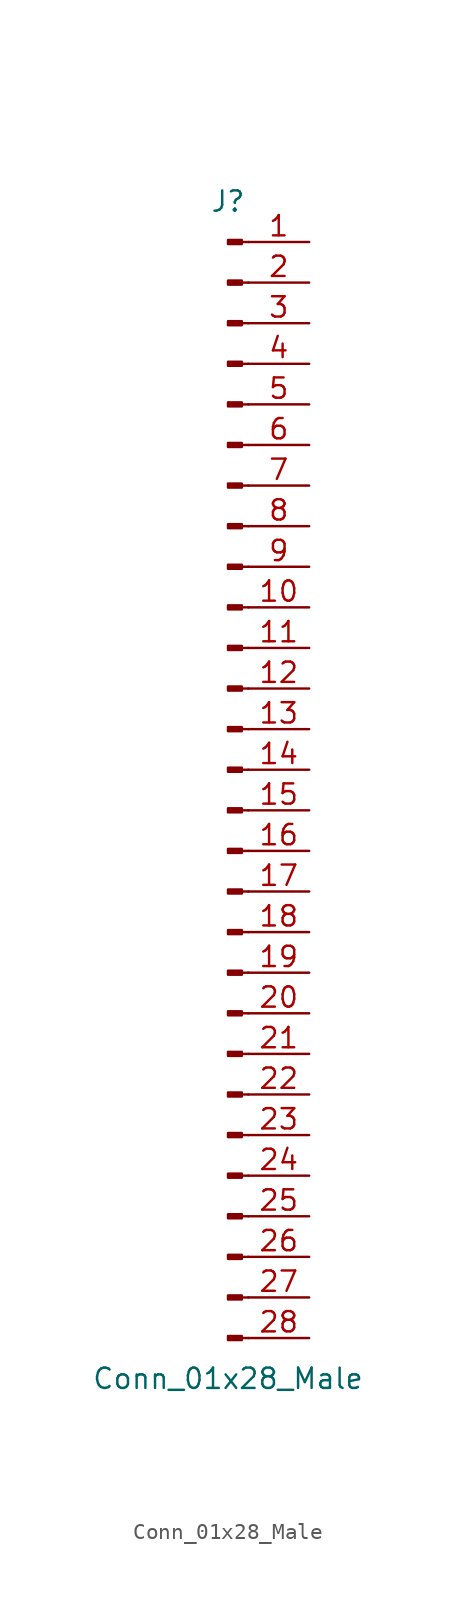
<source format=kicad_sym>
(kicad_symbol_lib
  (version 20220914)
  (generator kicad_symbol_editor)
  (symbol "Conn_01x28_Male"
    (pin_names
      (offset 1.016) hide)
    (property "Reference" "J"
      (at 0 35.56 0)
      (effects (font (size 1.27 1.27))))
    (property "Value" "Conn_01x28_Male"
      (at 0 -38.1 0)
      (effects (font (size 1.27 1.27))))
    (symbol "Conn_01x28_Male_1_1"
      (polyline (pts (xy 1.27 -35.56) (xy 0.864 -35.56)) (stroke (width 0.152) (type solid)) (fill (type none)))
      (polyline (pts (xy 1.27 -33.02) (xy 0.864 -33.02)) (stroke (width 0.152) (type solid)) (fill (type none)))
      (polyline (pts (xy 1.27 -30.48) (xy 0.864 -30.48)) (stroke (width 0.152) (type solid)) (fill (type none)))
      (polyline (pts (xy 1.27 -27.94) (xy 0.864 -27.94)) (stroke (width 0.152) (type solid)) (fill (type none)))
      (polyline (pts (xy 1.27 -25.4) (xy 0.864 -25.4)) (stroke (width 0.152) (type solid)) (fill (type none)))
      (polyline (pts (xy 1.27 -22.86) (xy 0.864 -22.86)) (stroke (width 0.152) (type solid)) (fill (type none)))
      (polyline (pts (xy 1.27 -20.32) (xy 0.864 -20.32)) (stroke (width 0.152) (type solid)) (fill (type none)))
      (polyline (pts (xy 1.27 -17.78) (xy 0.864 -17.78)) (stroke (width 0.152) (type solid)) (fill (type none)))
      (polyline (pts (xy 1.27 -15.24) (xy 0.864 -15.24)) (stroke (width 0.152) (type solid)) (fill (type none)))
      (polyline (pts (xy 1.27 -12.7) (xy 0.864 -12.7)) (stroke (width 0.152) (type solid)) (fill (type none)))
      (polyline (pts (xy 1.27 -10.16) (xy 0.864 -10.16)) (stroke (width 0.152) (type solid)) (fill (type none)))
      (polyline (pts (xy 1.27 -7.62) (xy 0.864 -7.62)) (stroke (width 0.152) (type solid)) (fill (type none)))
      (polyline (pts (xy 1.27 -5.08) (xy 0.864 -5.08)) (stroke (width 0.152) (type solid)) (fill (type none)))
      (polyline (pts (xy 1.27 -2.54) (xy 0.864 -2.54)) (stroke (width 0.152) (type solid)) (fill (type none)))
      (polyline (pts (xy 1.27 0) (xy 0.864 0)) (stroke (width 0.152) (type solid)) (fill (type none)))
      (polyline (pts (xy 1.27 2.54) (xy 0.864 2.54)) (stroke (width 0.152) (type solid)) (fill (type none)))
      (polyline (pts (xy 1.27 5.08) (xy 0.864 5.08)) (stroke (width 0.152) (type solid)) (fill (type none)))
      (polyline (pts (xy 1.27 7.62) (xy 0.864 7.62)) (stroke (width 0.152) (type solid)) (fill (type none)))
      (polyline (pts (xy 1.27 10.16) (xy 0.864 10.16)) (stroke (width 0.152) (type solid)) (fill (type none)))
      (polyline (pts (xy 1.27 12.7) (xy 0.864 12.7)) (stroke (width 0.152) (type solid)) (fill (type none)))
      (polyline (pts (xy 1.27 15.24) (xy 0.864 15.24)) (stroke (width 0.152) (type solid)) (fill (type none)))
      (polyline (pts (xy 1.27 17.78) (xy 0.864 17.78)) (stroke (width 0.152) (type solid)) (fill (type none)))
      (polyline (pts (xy 1.27 20.32) (xy 0.864 20.32)) (stroke (width 0.152) (type solid)) (fill (type none)))
      (polyline (pts (xy 1.27 22.86) (xy 0.864 22.86)) (stroke (width 0.152) (type solid)) (fill (type none)))
      (polyline (pts (xy 1.27 25.4) (xy 0.864 25.4)) (stroke (width 0.152) (type solid)) (fill (type none)))
      (polyline (pts (xy 1.27 27.94) (xy 0.864 27.94)) (stroke (width 0.152) (type solid)) (fill (type none)))
      (polyline (pts (xy 1.27 30.48) (xy 0.864 30.48)) (stroke (width 0.152) (type solid)) (fill (type none)))
      (polyline (pts (xy 1.27 33.02) (xy 0.864 33.02)) (stroke (width 0.152) (type solid)) (fill (type none)))
      (rectangle (start 0.864 -35.433) (end 0 -35.687) (stroke (width 0.152) (type solid)) (fill (type outline)))
      (rectangle (start 0.864 -32.893) (end 0 -33.147) (stroke (width 0.152) (type solid)) (fill (type outline)))
      (rectangle (start 0.864 -30.353) (end 0 -30.607) (stroke (width 0.152) (type solid)) (fill (type outline)))
      (rectangle (start 0.864 -27.813) (end 0 -28.067) (stroke (width 0.152) (type solid)) (fill (type outline)))
      (rectangle (start 0.864 -25.273) (end 0 -25.527) (stroke (width 0.152) (type solid)) (fill (type outline)))
      (rectangle (start 0.864 -22.733) (end 0 -22.987) (stroke (width 0.152) (type solid)) (fill (type outline)))
      (rectangle (start 0.864 -20.193) (end 0 -20.447) (stroke (width 0.152) (type solid)) (fill (type outline)))
      (rectangle (start 0.864 -17.653) (end 0 -17.907) (stroke (width 0.152) (type solid)) (fill (type outline)))
      (rectangle (start 0.864 -15.113) (end 0 -15.367) (stroke (width 0.152) (type solid)) (fill (type outline)))
      (rectangle (start 0.864 -12.573) (end 0 -12.827) (stroke (width 0.152) (type solid)) (fill (type outline)))
      (rectangle (start 0.864 -10.033) (end 0 -10.287) (stroke (width 0.152) (type solid)) (fill (type outline)))
      (rectangle (start 0.864 -7.493) (end 0 -7.747) (stroke (width 0.152) (type solid)) (fill (type outline)))
      (rectangle (start 0.864 -4.953) (end 0 -5.207) (stroke (width 0.152) (type solid)) (fill (type outline)))
      (rectangle (start 0.864 -2.413) (end 0 -2.667) (stroke (width 0.152) (type solid)) (fill (type outline)))
      (rectangle (start 0.864 0.127) (end 0 -0.127) (stroke (width 0.152) (type solid)) (fill (type outline)))
      (rectangle (start 0.864 2.667) (end 0 2.413) (stroke (width 0.152) (type solid)) (fill (type outline)))
      (rectangle (start 0.864 5.207) (end 0 4.953) (stroke (width 0.152) (type solid)) (fill (type outline)))
      (rectangle (start 0.864 7.747) (end 0 7.493) (stroke (width 0.152) (type solid)) (fill (type outline)))
      (rectangle (start 0.864 10.287) (end 0 10.033) (stroke (width 0.152) (type solid)) (fill (type outline)))
      (rectangle (start 0.864 12.827) (end 0 12.573) (stroke (width 0.152) (type solid)) (fill (type outline)))
      (rectangle (start 0.864 15.367) (end 0 15.113) (stroke (width 0.152) (type solid)) (fill (type outline)))
      (rectangle (start 0.864 17.907) (end 0 17.653) (stroke (width 0.152) (type solid)) (fill (type outline)))
      (rectangle (start 0.864 20.447) (end 0 20.193) (stroke (width 0.152) (type solid)) (fill (type outline)))
      (rectangle (start 0.864 22.987) (end 0 22.733) (stroke (width 0.152) (type solid)) (fill (type outline)))
      (rectangle (start 0.864 25.527) (end 0 25.273) (stroke (width 0.152) (type solid)) (fill (type outline)))
      (rectangle (start 0.864 28.067) (end 0 27.813) (stroke (width 0.152) (type solid)) (fill (type outline)))
      (rectangle (start 0.864 30.607) (end 0 30.353) (stroke (width 0.152) (type solid)) (fill (type outline)))
      (rectangle (start 0.864 33.147) (end 0 32.893) (stroke (width 0.152) (type solid)) (fill (type outline)))
      (pin passive line (at 5.08 33.02 180) (length 3.81) (name "Pin_1" (effects (font (size 1.27 1.27)))) (number "1" (effects (font (size 1.27 1.27)))))
      (pin passive line (at 5.08 10.16 180) (length 3.81) (name "Pin_10" (effects (font (size 1.27 1.27)))) (number "10" (effects (font (size 1.27 1.27)))))
      (pin passive line (at 5.08 7.62 180) (length 3.81) (name "Pin_11" (effects (font (size 1.27 1.27)))) (number "11" (effects (font (size 1.27 1.27)))))
      (pin passive line (at 5.08 5.08 180) (length 3.81) (name "Pin_12" (effects (font (size 1.27 1.27)))) (number "12" (effects (font (size 1.27 1.27)))))
      (pin passive line (at 5.08 2.54 180) (length 3.81) (name "Pin_13" (effects (font (size 1.27 1.27)))) (number "13" (effects (font (size 1.27 1.27)))))
      (pin passive line (at 5.08 0 180) (length 3.81) (name "Pin_14" (effects (font (size 1.27 1.27)))) (number "14" (effects (font (size 1.27 1.27)))))
      (pin passive line (at 5.08 -2.54 180) (length 3.81) (name "Pin_15" (effects (font (size 1.27 1.27)))) (number "15" (effects (font (size 1.27 1.27)))))
      (pin passive line (at 5.08 -5.08 180) (length 3.81) (name "Pin_16" (effects (font (size 1.27 1.27)))) (number "16" (effects (font (size 1.27 1.27)))))
      (pin passive line (at 5.08 -7.62 180) (length 3.81) (name "Pin_17" (effects (font (size 1.27 1.27)))) (number "17" (effects (font (size 1.27 1.27)))))
      (pin passive line (at 5.08 -10.16 180) (length 3.81) (name "Pin_18" (effects (font (size 1.27 1.27)))) (number "18" (effects (font (size 1.27 1.27)))))
      (pin passive line (at 5.08 -12.7 180) (length 3.81) (name "Pin_19" (effects (font (size 1.27 1.27)))) (number "19" (effects (font (size 1.27 1.27)))))
      (pin passive line (at 5.08 30.48 180) (length 3.81) (name "Pin_2" (effects (font (size 1.27 1.27)))) (number "2" (effects (font (size 1.27 1.27)))))
      (pin passive line (at 5.08 -15.24 180) (length 3.81) (name "Pin_20" (effects (font (size 1.27 1.27)))) (number "20" (effects (font (size 1.27 1.27)))))
      (pin passive line (at 5.08 -17.78 180) (length 3.81) (name "Pin_21" (effects (font (size 1.27 1.27)))) (number "21" (effects (font (size 1.27 1.27)))))
      (pin passive line (at 5.08 -20.32 180) (length 3.81) (name "Pin_22" (effects (font (size 1.27 1.27)))) (number "22" (effects (font (size 1.27 1.27)))))
      (pin passive line (at 5.08 -22.86 180) (length 3.81) (name "Pin_23" (effects (font (size 1.27 1.27)))) (number "23" (effects (font (size 1.27 1.27)))))
      (pin passive line (at 5.08 -25.4 180) (length 3.81) (name "Pin_24" (effects (font (size 1.27 1.27)))) (number "24" (effects (font (size 1.27 1.27)))))
      (pin passive line (at 5.08 -27.94 180) (length 3.81) (name "Pin_25" (effects (font (size 1.27 1.27)))) (number "25" (effects (font (size 1.27 1.27)))))
      (pin passive line (at 5.08 -30.48 180) (length 3.81) (name "Pin_26" (effects (font (size 1.27 1.27)))) (number "26" (effects (font (size 1.27 1.27)))))
      (pin passive line (at 5.08 -33.02 180) (length 3.81) (name "Pin_27" (effects (font (size 1.27 1.27)))) (number "27" (effects (font (size 1.27 1.27)))))
      (pin passive line (at 5.08 -35.56 180) (length 3.81) (name "Pin_28" (effects (font (size 1.27 1.27)))) (number "28" (effects (font (size 1.27 1.27)))))
      (pin passive line (at 5.08 27.94 180) (length 3.81) (name "Pin_3" (effects (font (size 1.27 1.27)))) (number "3" (effects (font (size 1.27 1.27)))))
      (pin passive line (at 5.08 25.4 180) (length 3.81) (name "Pin_4" (effects (font (size 1.27 1.27)))) (number "4" (effects (font (size 1.27 1.27)))))
      (pin passive line (at 5.08 22.86 180) (length 3.81) (name "Pin_5" (effects (font (size 1.27 1.27)))) (number "5" (effects (font (size 1.27 1.27)))))
      (pin passive line (at 5.08 20.32 180) (length 3.81) (name "Pin_6" (effects (font (size 1.27 1.27)))) (number "6" (effects (font (size 1.27 1.27)))))
      (pin passive line (at 5.08 17.78 180) (length 3.81) (name "Pin_7" (effects (font (size 1.27 1.27)))) (number "7" (effects (font (size 1.27 1.27)))))
      (pin passive line (at 5.08 15.24 180) (length 3.81) (name "Pin_8" (effects (font (size 1.27 1.27)))) (number "8" (effects (font (size 1.27 1.27)))))
      (pin passive line (at 5.08 12.7 180) (length 3.81) (name "Pin_9" (effects (font (size 1.27 1.27)))) (number "9" (effects (font (size 1.27 1.27))))))))
</source>
